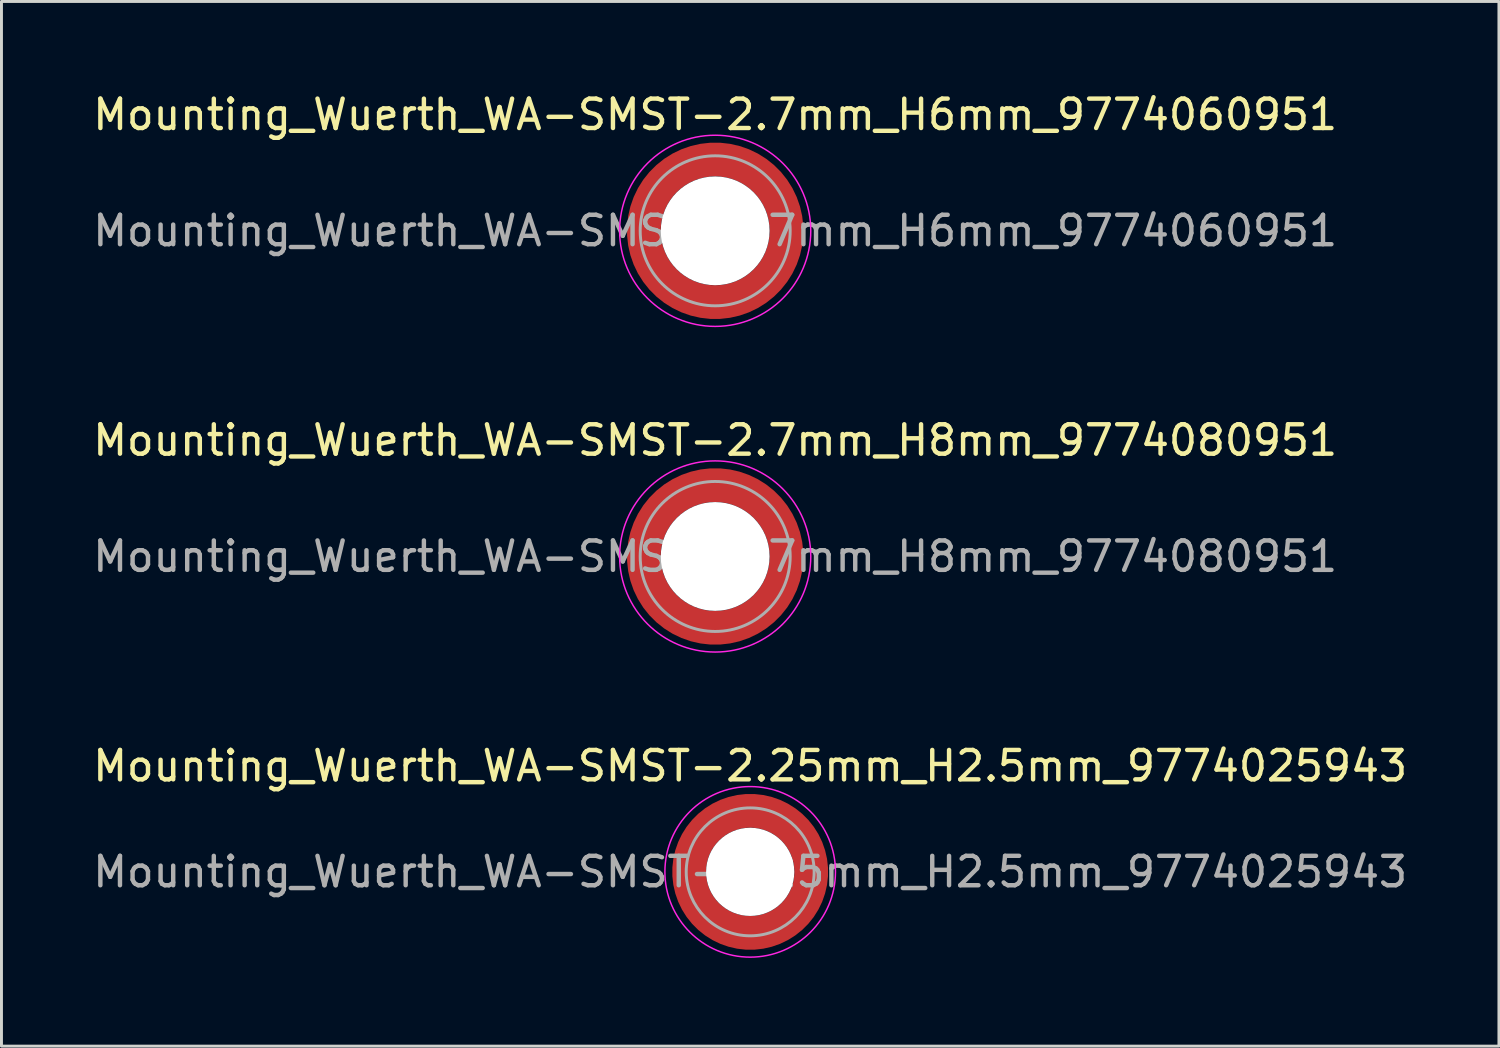
<source format=kicad_pcb>
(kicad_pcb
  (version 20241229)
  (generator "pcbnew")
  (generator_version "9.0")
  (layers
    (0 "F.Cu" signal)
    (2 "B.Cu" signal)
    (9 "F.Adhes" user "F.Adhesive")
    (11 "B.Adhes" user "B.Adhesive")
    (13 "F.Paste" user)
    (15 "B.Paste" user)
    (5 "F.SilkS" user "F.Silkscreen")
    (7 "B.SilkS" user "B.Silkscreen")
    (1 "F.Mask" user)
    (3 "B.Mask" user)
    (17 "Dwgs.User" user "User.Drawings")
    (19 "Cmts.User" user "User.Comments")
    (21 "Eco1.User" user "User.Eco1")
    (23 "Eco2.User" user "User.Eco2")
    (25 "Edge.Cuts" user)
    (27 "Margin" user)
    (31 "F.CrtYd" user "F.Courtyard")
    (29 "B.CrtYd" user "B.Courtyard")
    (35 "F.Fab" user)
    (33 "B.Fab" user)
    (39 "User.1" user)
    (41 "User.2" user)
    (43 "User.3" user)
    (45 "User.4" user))
  (footprint "Mounting_Wuerth_WA-SMST-2.25mm_H2.5mm_9774025943"
    (layer "F.Cu")
    (at 22.458 26.595)
    (property "Reference" "Mounting_Wuerth_WA-SMST-2.25mm_H2.5mm_9774025943" (at 0 -3.6 0) (layer "F.SilkS") (effects (font (size 1 1) (thickness 0.15))))
    (attr smd)
    (fp_circle (center 0 0) (end 2.9 0) (stroke (width 0.05) (type solid)) (fill no) (layer "F.CrtYd"))
    (fp_circle (center 0 0) (end 2.175 0) (stroke (width 0.1) (type solid)) (fill no) (layer "F.Fab"))
    (fp_text user "${REFERENCE}" (at 0 0 0) (layer "F.Fab") (effects (font (size 1 1) (thickness 0.15))))
    (pad "" smd custom (at -1.453 -1.453) (size 0.61 0.61) (layers "F.Paste") (options (anchor circle)) (primitives (gr_arc (start -0.147677 1.053104) (mid 0.285964 0.286792) (end 1.051968 -0.147393) (width 0.2)) (gr_arc (start -0.240295 1.053104) (mid 0.22253 0.222946) (end 1.052531 -0.24016) (width 0.2)) (gr_arc (start -0.332645 1.053104) (mid 0.158548 0.15965) (end 1.051583 -0.332304) (width 0.2)) (gr_arc (start -0.424767 1.053104) (mid 0.09486 0.096059) (end 1.051446 -0.424413) (width 0.2)) (gr_arc (start -0.516693 1.053104) (mid 0.031293 0.032346) (end 1.051645 -0.516396) (width 0.2)) (gr_arc (start -0.608448 1.053104) (mid -0.032323 -0.031316) (end 1.051707 -0.608176) (width 0.2)) (gr_arc (start -0.700056 1.053104) (mid -0.09616 -0.094758) (end 1.051155 -0.699693) (width 0.2)) (gr_arc (start -0.791534 1.053104) (mid -0.160388 -0.15781) (end 1.049515 -0.790891) (width 0.2)) (gr_arc (start -0.882896 1.053104) (mid -0.223713 -0.221764) (end 1.050388 -0.882429) (width 0.2)) (gr_arc (start -0.974157 1.053104) (mid -0.287654 -0.285101) (end 1.049541 -0.973567) (width 0.2)) (gr_line (start 1.053 -0.148) (end 1.053 -0.974) (width 0.2)) (gr_line (start -0.148 1.053) (end -0.974 1.053) (width 0.2))))
    (pad "" smd custom (at -1.453 1.453) (size 0.61 0.61) (layers "F.Paste") (options (anchor circle)) (primitives (gr_arc (start 1.053104 0.147677) (mid 0.286792 -0.285964) (end -0.147393 -1.051968) (width 0.2)) (gr_arc (start 1.053104 0.240295) (mid 0.222946 -0.22253) (end -0.24016 -1.052531) (width 0.2)) (gr_arc (start 1.053104 0.332645) (mid 0.15965 -0.158548) (end -0.332304 -1.051583) (width 0.2)) (gr_arc (start 1.053104 0.424767) (mid 0.096059 -0.09486) (end -0.424413 -1.051446) (width 0.2)) (gr_arc (start 1.053104 0.516693) (mid 0.032346 -0.031293) (end -0.516396 -1.051645) (width 0.2)) (gr_arc (start 1.053104 0.608448) (mid -0.031316 0.032323) (end -0.608176 -1.051707) (width 0.2)) (gr_arc (start 1.053104 0.700056) (mid -0.094758 0.09616) (end -0.699693 -1.051155) (width 0.2)) (gr_arc (start 1.053104 0.791534) (mid -0.15781 0.160388) (end -0.790891 -1.049515) (width 0.2)) (gr_arc (start 1.053104 0.882896) (mid -0.221764 0.223713) (end -0.882429 -1.050388) (width 0.2)) (gr_arc (start 1.053104 0.974157) (mid -0.285101 0.287654) (end -0.973567 -1.049541) (width 0.2)) (gr_line (start -0.148 -1.053) (end -0.974 -1.053) (width 0.2)) (gr_line (start 1.053 0.148) (end 1.053 0.974) (width 0.2))))
    (pad "" np_thru_hole circle (at 0 0) (size 3 3) (drill 3) (layers "*.Cu" "*.Mask"))
    (pad "" smd custom (at 1.453 -1.453) (size 0.61 0.61) (layers "F.Paste") (options (anchor circle)) (primitives (gr_arc (start -1.053104 -0.147677) (mid -0.286792 0.285964) (end 0.147393 1.051968) (width 0.2)) (gr_arc (start -1.053104 -0.240295) (mid -0.222946 0.22253) (end 0.24016 1.052531) (width 0.2)) (gr_arc (start -1.053104 -0.332645) (mid -0.15965 0.158548) (end 0.332304 1.051583) (width 0.2)) (gr_arc (start -1.053104 -0.424767) (mid -0.096059 0.09486) (end 0.424413 1.051446) (width 0.2)) (gr_arc (start -1.053104 -0.516693) (mid -0.032346 0.031293) (end 0.516396 1.051645) (width 0.2)) (gr_arc (start -1.053104 -0.608448) (mid 0.031316 -0.032323) (end 0.608176 1.051707) (width 0.2)) (gr_arc (start -1.053104 -0.700056) (mid 0.094758 -0.09616) (end 0.699693 1.051155) (width 0.2)) (gr_arc (start -1.053104 -0.791534) (mid 0.15781 -0.160388) (end 0.790891 1.049515) (width 0.2)) (gr_arc (start -1.053104 -0.882896) (mid 0.221764 -0.223713) (end 0.882429 1.050388) (width 0.2)) (gr_arc (start -1.053104 -0.974157) (mid 0.285101 -0.287654) (end 0.973567 1.049541) (width 0.2)) (gr_line (start 0.148 1.053) (end 0.974 1.053) (width 0.2)) (gr_line (start -1.053 -0.148) (end -1.053 -0.974) (width 0.2))))
    (pad "" smd custom (at 1.453 1.453) (size 0.61 0.61) (layers "F.Paste") (options (anchor circle)) (primitives (gr_arc (start 0.147677 -1.053104) (mid -0.285964 -0.286792) (end -1.051968 0.147393) (width 0.2)) (gr_arc (start 0.240295 -1.053104) (mid -0.22253 -0.222946) (end -1.052531 0.24016) (width 0.2)) (gr_arc (start 0.332645 -1.053104) (mid -0.158548 -0.15965) (end -1.051583 0.332304) (width 0.2)) (gr_arc (start 0.424767 -1.053104) (mid -0.09486 -0.096059) (end -1.051446 0.424413) (width 0.2)) (gr_arc (start 0.516693 -1.053104) (mid -0.031293 -0.032346) (end -1.051645 0.516396) (width 0.2)) (gr_arc (start 0.608448 -1.053104) (mid 0.032323 0.031316) (end -1.051707 0.608176) (width 0.2)) (gr_arc (start 0.700056 -1.053104) (mid 0.09616 0.094758) (end -1.051155 0.699693) (width 0.2)) (gr_arc (start 0.791534 -1.053104) (mid 0.160388 0.15781) (end -1.049515 0.790891) (width 0.2)) (gr_arc (start 0.882896 -1.053104) (mid 0.223713 0.221764) (end -1.050388 0.882429) (width 0.2)) (gr_arc (start 0.974157 -1.053104) (mid 0.287654 0.285101) (end -1.049541 0.973567) (width 0.2)) (gr_line (start -1.053 0.148) (end -1.053 0.974) (width 0.2)) (gr_line (start 0.148 -1.053) (end 0.974 -1.053) (width 0.2))))
    (pad "1" smd circle (at -2.075 0) (size 0.75 0.75) (layers "F.Cu"))
    (pad "1" smd circle (at 0 -2.075) (size 0.75 0.75) (layers "F.Cu"))
    (pad "1" smd circle (at 0 2.075) (size 0.75 0.75) (layers "F.Cu"))
    (pad "1" smd custom (at 2.075 0) (size 0.75 0.75) (layers "F.Cu" "F.Mask") (options (anchor circle)) (primitives (gr_circle (center -2.075 0) (end 0 0) (width 1.15) (fill no)))))
  (footprint "Mounting_Wuerth_WA-SMST-2.7mm_H6mm_9774060951"
    (layer "F.Cu")
    (at 21.268 4.798)
    (property "Reference" "Mounting_Wuerth_WA-SMST-2.7mm_H6mm_9774060951" (at 0 -3.95 0) (layer "F.SilkS") (effects (font (size 1 1) (thickness 0.15))))
    (attr smd)
    (fp_circle (center 0 0) (end 3.25 0) (stroke (width 0.05) (type solid)) (fill no) (layer "F.CrtYd"))
    (fp_circle (center 0 0) (end 2.55 0) (stroke (width 0.1) (type solid)) (fill no) (layer "F.Fab"))
    (fp_text user "${REFERENCE}" (at 0 0 0) (layer "F.Fab") (effects (font (size 1 1) (thickness 0.15))))
    (pad "" smd custom (at -1.704 -1.704) (size 0.62 0.62) (layers "F.Paste") (options (anchor circle)) (primitives (gr_arc (start -0.250195 1.279127) (mid 0.289146 0.290681) (end 1.277006 -0.249732) (width 0.2)) (gr_arc (start -0.34334 1.279127) (mid 0.224883 0.226093) (end 1.277452 -0.342992) (width 0.2)) (gr_arc (start -0.436309 1.279127) (mid 0.160537 0.16159) (end 1.277666 -0.436018) (width 0.2)) (gr_arc (start -0.529126 1.279127) (mid 0.095932 0.097343) (end 1.277167 -0.528752) (width 0.2)) (gr_arc (start -0.621807 1.279127) (mid 0.0309 0.033527) (end 1.275473 -0.621136) (width 0.2)) (gr_arc (start -0.71437 1.279127) (mid -0.03322 -0.031206) (end 1.276322 -0.713875) (width 0.2)) (gr_arc (start -0.806826 1.279127) (mid -0.097997 -0.095278) (end 1.275336 -0.806181) (width 0.2)) (gr_arc (start -0.899187 1.279127) (mid -0.161977 -0.160149) (end 1.276577 -0.898769) (width 0.2)) (gr_arc (start -0.991463 1.279127) (mid -0.226842 -0.224133) (end 1.275343 -0.990864) (width 0.2)) (gr_arc (start -1.083663 1.279127) (mid -0.291026 -0.288801) (end 1.276016 -1.083187) (width 0.2)) (gr_line (start 1.279 -0.25) (end 1.279 -1.084) (width 0.2)) (gr_line (start -0.25 1.279) (end -1.084 1.279) (width 0.2))))
    (pad "" smd custom (at -1.704 1.704) (size 0.62 0.62) (layers "F.Paste") (options (anchor circle)) (primitives (gr_arc (start 1.279127 0.250195) (mid 0.290681 -0.289146) (end -0.249732 -1.277006) (width 0.2)) (gr_arc (start 1.279127 0.34334) (mid 0.226093 -0.224883) (end -0.342992 -1.277452) (width 0.2)) (gr_arc (start 1.279127 0.436309) (mid 0.16159 -0.160537) (end -0.436018 -1.277666) (width 0.2)) (gr_arc (start 1.279127 0.529126) (mid 0.097343 -0.095932) (end -0.528752 -1.277167) (width 0.2)) (gr_arc (start 1.279127 0.621807) (mid 0.033527 -0.0309) (end -0.621136 -1.275473) (width 0.2)) (gr_arc (start 1.279127 0.71437) (mid -0.031206 0.03322) (end -0.713875 -1.276322) (width 0.2)) (gr_arc (start 1.279127 0.806826) (mid -0.095278 0.097997) (end -0.806181 -1.275336) (width 0.2)) (gr_arc (start 1.279127 0.899187) (mid -0.160149 0.161977) (end -0.898769 -1.276577) (width 0.2)) (gr_arc (start 1.279127 0.991463) (mid -0.224133 0.226842) (end -0.990864 -1.275343) (width 0.2)) (gr_arc (start 1.279127 1.083663) (mid -0.288801 0.291026) (end -1.083187 -1.276016) (width 0.2)) (gr_line (start -0.25 -1.279) (end -1.084 -1.279) (width 0.2)) (gr_line (start 1.279 0.25) (end 1.279 1.084) (width 0.2))))
    (pad "" np_thru_hole circle (at 0 0) (size 3.7 3.7) (drill 3.7) (layers "*.Cu" "*.Mask"))
    (pad "" smd custom (at 1.704 -1.704) (size 0.62 0.62) (layers "F.Paste") (options (anchor circle)) (primitives (gr_arc (start -1.279127 -0.250195) (mid -0.290681 0.289146) (end 0.249732 1.277006) (width 0.2)) (gr_arc (start -1.279127 -0.34334) (mid -0.226093 0.224883) (end 0.342992 1.277452) (width 0.2)) (gr_arc (start -1.279127 -0.436309) (mid -0.16159 0.160537) (end 0.436018 1.277666) (width 0.2)) (gr_arc (start -1.279127 -0.529126) (mid -0.097343 0.095932) (end 0.528752 1.277167) (width 0.2)) (gr_arc (start -1.279127 -0.621807) (mid -0.033527 0.0309) (end 0.621136 1.275473) (width 0.2)) (gr_arc (start -1.279127 -0.71437) (mid 0.031206 -0.03322) (end 0.713875 1.276322) (width 0.2)) (gr_arc (start -1.279127 -0.806826) (mid 0.095278 -0.097997) (end 0.806181 1.275336) (width 0.2)) (gr_arc (start -1.279127 -0.899187) (mid 0.160149 -0.161977) (end 0.898769 1.276577) (width 0.2)) (gr_arc (start -1.279127 -0.991463) (mid 0.224133 -0.226842) (end 0.990864 1.275343) (width 0.2)) (gr_arc (start -1.279127 -1.083663) (mid 0.288801 -0.291026) (end 1.083187 1.276016) (width 0.2)) (gr_line (start 0.25 1.279) (end 1.084 1.279) (width 0.2)) (gr_line (start -1.279 -0.25) (end -1.279 -1.084) (width 0.2))))
    (pad "" smd custom (at 1.704 1.704) (size 0.62 0.62) (layers "F.Paste") (options (anchor circle)) (primitives (gr_arc (start 0.250195 -1.279127) (mid -0.289146 -0.290681) (end -1.277006 0.249732) (width 0.2)) (gr_arc (start 0.34334 -1.279127) (mid -0.224883 -0.226093) (end -1.277452 0.342992) (width 0.2)) (gr_arc (start 0.436309 -1.279127) (mid -0.160537 -0.16159) (end -1.277666 0.436018) (width 0.2)) (gr_arc (start 0.529126 -1.279127) (mid -0.095932 -0.097343) (end -1.277167 0.528752) (width 0.2)) (gr_arc (start 0.621807 -1.279127) (mid -0.0309 -0.033527) (end -1.275473 0.621136) (width 0.2)) (gr_arc (start 0.71437 -1.279127) (mid 0.03322 0.031206) (end -1.276322 0.713875) (width 0.2)) (gr_arc (start 0.806826 -1.279127) (mid 0.097997 0.095278) (end -1.275336 0.806181) (width 0.2)) (gr_arc (start 0.899187 -1.279127) (mid 0.161977 0.160149) (end -1.276577 0.898769) (width 0.2)) (gr_arc (start 0.991463 -1.279127) (mid 0.226842 0.224133) (end -1.275343 0.990864) (width 0.2)) (gr_arc (start 1.083663 -1.279127) (mid 0.291026 0.288801) (end -1.276016 1.083187) (width 0.2)) (gr_line (start -1.279 0.25) (end -1.279 1.084) (width 0.2)) (gr_line (start 0.25 -1.279) (end 1.084 -1.279) (width 0.2))))
    (pad "1" smd circle (at -2.425 0) (size 0.75 0.75) (layers "F.Cu"))
    (pad "1" smd circle (at 0 -2.425) (size 0.75 0.75) (layers "F.Cu"))
    (pad "1" smd circle (at 0 2.425) (size 0.75 0.75) (layers "F.Cu"))
    (pad "1" smd custom (at 2.425 0) (size 0.75 0.75) (layers "F.Cu" "F.Mask") (options (anchor circle)) (primitives (gr_circle (center -2.425 0) (end 0 0) (width 1.15) (fill no)))))
  (footprint "Mounting_Wuerth_WA-SMST-2.7mm_H8mm_9774080951"
    (layer "F.Cu")
    (at 21.268 15.871)
    (property "Reference" "Mounting_Wuerth_WA-SMST-2.7mm_H8mm_9774080951" (at 0 -3.95 0) (layer "F.SilkS") (effects (font (size 1 1) (thickness 0.15))))
    (attr smd)
    (fp_circle (center 0 0) (end 3.25 0) (stroke (width 0.05) (type solid)) (fill no) (layer "F.CrtYd"))
    (fp_circle (center 0 0) (end 2.55 0) (stroke (width 0.1) (type solid)) (fill no) (layer "F.Fab"))
    (fp_text user "${REFERENCE}" (at 0 0 0) (layer "F.Fab") (effects (font (size 1 1) (thickness 0.15))))
    (pad "" smd custom (at -1.704 -1.704) (size 0.62 0.62) (layers "F.Paste") (options (anchor circle)) (primitives (gr_arc (start -0.250195 1.279127) (mid 0.289146 0.290681) (end 1.277006 -0.249732) (width 0.2)) (gr_arc (start -0.34334 1.279127) (mid 0.224883 0.226093) (end 1.277452 -0.342992) (width 0.2)) (gr_arc (start -0.436309 1.279127) (mid 0.160537 0.16159) (end 1.277666 -0.436018) (width 0.2)) (gr_arc (start -0.529126 1.279127) (mid 0.095932 0.097343) (end 1.277167 -0.528752) (width 0.2)) (gr_arc (start -0.621807 1.279127) (mid 0.0309 0.033527) (end 1.275473 -0.621136) (width 0.2)) (gr_arc (start -0.71437 1.279127) (mid -0.03322 -0.031206) (end 1.276322 -0.713875) (width 0.2)) (gr_arc (start -0.806826 1.279127) (mid -0.097997 -0.095278) (end 1.275336 -0.806181) (width 0.2)) (gr_arc (start -0.899187 1.279127) (mid -0.161977 -0.160149) (end 1.276577 -0.898769) (width 0.2)) (gr_arc (start -0.991463 1.279127) (mid -0.226842 -0.224133) (end 1.275343 -0.990864) (width 0.2)) (gr_arc (start -1.083663 1.279127) (mid -0.291026 -0.288801) (end 1.276016 -1.083187) (width 0.2)) (gr_line (start 1.279 -0.25) (end 1.279 -1.084) (width 0.2)) (gr_line (start -0.25 1.279) (end -1.084 1.279) (width 0.2))))
    (pad "" smd custom (at -1.704 1.704) (size 0.62 0.62) (layers "F.Paste") (options (anchor circle)) (primitives (gr_arc (start 1.279127 0.250195) (mid 0.290681 -0.289146) (end -0.249732 -1.277006) (width 0.2)) (gr_arc (start 1.279127 0.34334) (mid 0.226093 -0.224883) (end -0.342992 -1.277452) (width 0.2)) (gr_arc (start 1.279127 0.436309) (mid 0.16159 -0.160537) (end -0.436018 -1.277666) (width 0.2)) (gr_arc (start 1.279127 0.529126) (mid 0.097343 -0.095932) (end -0.528752 -1.277167) (width 0.2)) (gr_arc (start 1.279127 0.621807) (mid 0.033527 -0.0309) (end -0.621136 -1.275473) (width 0.2)) (gr_arc (start 1.279127 0.71437) (mid -0.031206 0.03322) (end -0.713875 -1.276322) (width 0.2)) (gr_arc (start 1.279127 0.806826) (mid -0.095278 0.097997) (end -0.806181 -1.275336) (width 0.2)) (gr_arc (start 1.279127 0.899187) (mid -0.160149 0.161977) (end -0.898769 -1.276577) (width 0.2)) (gr_arc (start 1.279127 0.991463) (mid -0.224133 0.226842) (end -0.990864 -1.275343) (width 0.2)) (gr_arc (start 1.279127 1.083663) (mid -0.288801 0.291026) (end -1.083187 -1.276016) (width 0.2)) (gr_line (start -0.25 -1.279) (end -1.084 -1.279) (width 0.2)) (gr_line (start 1.279 0.25) (end 1.279 1.084) (width 0.2))))
    (pad "" np_thru_hole circle (at 0 0) (size 3.7 3.7) (drill 3.7) (layers "*.Cu" "*.Mask"))
    (pad "" smd custom (at 1.704 -1.704) (size 0.62 0.62) (layers "F.Paste") (options (anchor circle)) (primitives (gr_arc (start -1.279127 -0.250195) (mid -0.290681 0.289146) (end 0.249732 1.277006) (width 0.2)) (gr_arc (start -1.279127 -0.34334) (mid -0.226093 0.224883) (end 0.342992 1.277452) (width 0.2)) (gr_arc (start -1.279127 -0.436309) (mid -0.16159 0.160537) (end 0.436018 1.277666) (width 0.2)) (gr_arc (start -1.279127 -0.529126) (mid -0.097343 0.095932) (end 0.528752 1.277167) (width 0.2)) (gr_arc (start -1.279127 -0.621807) (mid -0.033527 0.0309) (end 0.621136 1.275473) (width 0.2)) (gr_arc (start -1.279127 -0.71437) (mid 0.031206 -0.03322) (end 0.713875 1.276322) (width 0.2)) (gr_arc (start -1.279127 -0.806826) (mid 0.095278 -0.097997) (end 0.806181 1.275336) (width 0.2)) (gr_arc (start -1.279127 -0.899187) (mid 0.160149 -0.161977) (end 0.898769 1.276577) (width 0.2)) (gr_arc (start -1.279127 -0.991463) (mid 0.224133 -0.226842) (end 0.990864 1.275343) (width 0.2)) (gr_arc (start -1.279127 -1.083663) (mid 0.288801 -0.291026) (end 1.083187 1.276016) (width 0.2)) (gr_line (start 0.25 1.279) (end 1.084 1.279) (width 0.2)) (gr_line (start -1.279 -0.25) (end -1.279 -1.084) (width 0.2))))
    (pad "" smd custom (at 1.704 1.704) (size 0.62 0.62) (layers "F.Paste") (options (anchor circle)) (primitives (gr_arc (start 0.250195 -1.279127) (mid -0.289146 -0.290681) (end -1.277006 0.249732) (width 0.2)) (gr_arc (start 0.34334 -1.279127) (mid -0.224883 -0.226093) (end -1.277452 0.342992) (width 0.2)) (gr_arc (start 0.436309 -1.279127) (mid -0.160537 -0.16159) (end -1.277666 0.436018) (width 0.2)) (gr_arc (start 0.529126 -1.279127) (mid -0.095932 -0.097343) (end -1.277167 0.528752) (width 0.2)) (gr_arc (start 0.621807 -1.279127) (mid -0.0309 -0.033527) (end -1.275473 0.621136) (width 0.2)) (gr_arc (start 0.71437 -1.279127) (mid 0.03322 0.031206) (end -1.276322 0.713875) (width 0.2)) (gr_arc (start 0.806826 -1.279127) (mid 0.097997 0.095278) (end -1.275336 0.806181) (width 0.2)) (gr_arc (start 0.899187 -1.279127) (mid 0.161977 0.160149) (end -1.276577 0.898769) (width 0.2)) (gr_arc (start 0.991463 -1.279127) (mid 0.226842 0.224133) (end -1.275343 0.990864) (width 0.2)) (gr_arc (start 1.083663 -1.279127) (mid 0.291026 0.288801) (end -1.276016 1.083187) (width 0.2)) (gr_line (start -1.279 0.25) (end -1.279 1.084) (width 0.2)) (gr_line (start 0.25 -1.279) (end 1.084 -1.279) (width 0.2))))
    (pad "1" smd circle (at -2.425 0) (size 0.75 0.75) (layers "F.Cu"))
    (pad "1" smd circle (at 0 -2.425) (size 0.75 0.75) (layers "F.Cu"))
    (pad "1" smd circle (at 0 2.425) (size 0.75 0.75) (layers "F.Cu"))
    (pad "1" smd custom (at 2.425 0) (size 0.75 0.75) (layers "F.Cu" "F.Mask") (options (anchor circle)) (primitives (gr_circle (center -2.425 0) (end 0 0) (width 1.15) (fill no)))))
  (gr_rect
    (start -3 -3)
    (end 47.917 32.52)
    (stroke (width 0.1) (type default))
    (fill no)
    (layer "Edge.Cuts")))
</source>
